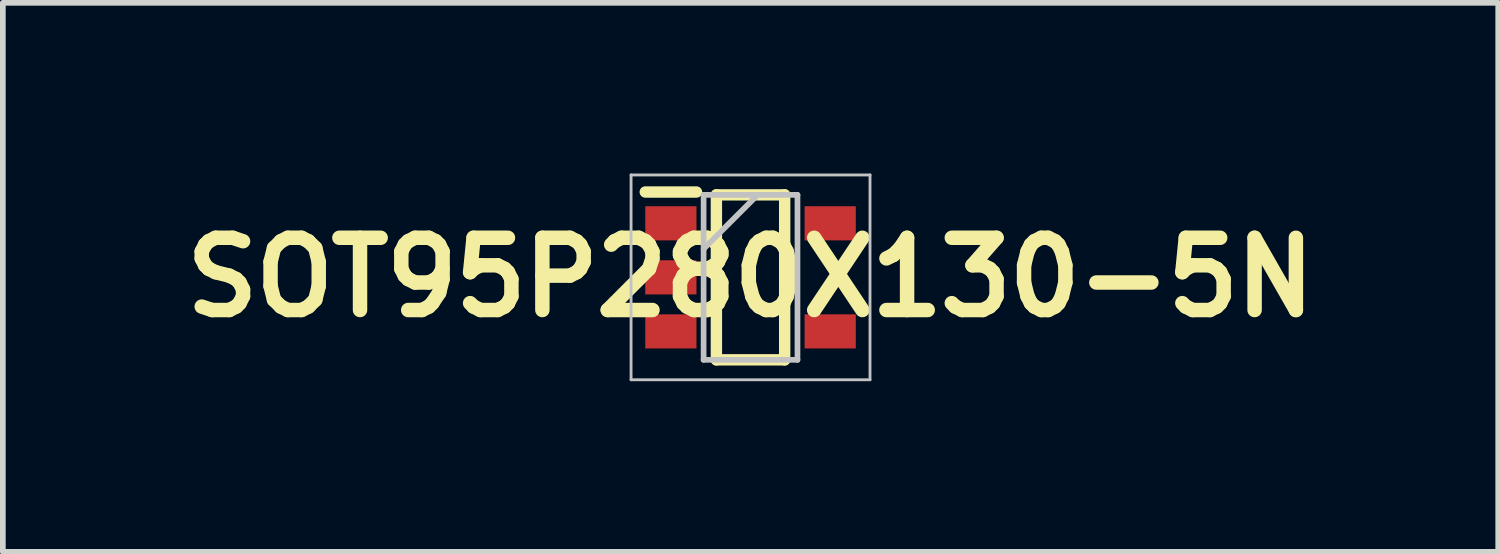
<source format=kicad_pcb>
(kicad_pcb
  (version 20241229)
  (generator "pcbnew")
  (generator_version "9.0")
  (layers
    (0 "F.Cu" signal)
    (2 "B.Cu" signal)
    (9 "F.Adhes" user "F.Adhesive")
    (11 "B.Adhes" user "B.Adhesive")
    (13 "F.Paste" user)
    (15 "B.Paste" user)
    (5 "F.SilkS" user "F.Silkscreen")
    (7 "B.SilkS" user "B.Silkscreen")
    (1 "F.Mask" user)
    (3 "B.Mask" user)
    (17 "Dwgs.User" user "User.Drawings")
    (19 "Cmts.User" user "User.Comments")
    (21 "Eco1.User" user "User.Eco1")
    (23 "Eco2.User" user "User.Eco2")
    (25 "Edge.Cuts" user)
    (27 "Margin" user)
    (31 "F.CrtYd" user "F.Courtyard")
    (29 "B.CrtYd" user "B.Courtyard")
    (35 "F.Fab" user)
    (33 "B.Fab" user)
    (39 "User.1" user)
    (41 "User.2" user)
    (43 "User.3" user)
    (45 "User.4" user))
  (footprint "SOT95P280X130-5N"
    (layer "F.Cu")
    (at 10.142 1.825)
    (property "Reference" "SOT95P280X130-5N" (at 0 0 0) (layer "F.SilkS") (effects (font (size 1.27 1.27) (thickness 0.254))))
    (attr smd)
    (fp_line (start -1.85 -1.5) (end -0.95 -1.5) (stroke (width 0.2) (type solid)) (layer "F.SilkS"))
    (fp_line (start -0.6 -1.45) (end 0.6 -1.45) (stroke (width 0.2) (type solid)) (layer "F.SilkS"))
    (fp_line (start -0.6 1.45) (end -0.6 -1.45) (stroke (width 0.2) (type solid)) (layer "F.SilkS"))
    (fp_line (start 0.6 -1.45) (end 0.6 1.45) (stroke (width 0.2) (type solid)) (layer "F.SilkS"))
    (fp_line (start 0.6 1.45) (end -0.6 1.45) (stroke (width 0.2) (type solid)) (layer "F.SilkS"))
    (fp_line (start -2.1 -1.8) (end 2.1 -1.8) (stroke (width 0.05) (type solid)) (layer "Dwgs.User"))
    (fp_line (start -2.1 1.8) (end -2.1 -1.8) (stroke (width 0.05) (type solid)) (layer "Dwgs.User"))
    (fp_line (start -0.825 -1.45) (end 0.825 -1.45) (stroke (width 0.1) (type solid)) (layer "Dwgs.User"))
    (fp_line (start -0.825 -0.5) (end 0.125 -1.45) (stroke (width 0.1) (type solid)) (layer "Dwgs.User"))
    (fp_line (start -0.825 1.45) (end -0.825 -1.45) (stroke (width 0.1) (type solid)) (layer "Dwgs.User"))
    (fp_line (start 0.825 -1.45) (end 0.825 1.45) (stroke (width 0.1) (type solid)) (layer "Dwgs.User"))
    (fp_line (start 0.825 1.45) (end -0.825 1.45) (stroke (width 0.1) (type solid)) (layer "Dwgs.User"))
    (fp_line (start 2.1 -1.8) (end 2.1 1.8) (stroke (width 0.05) (type solid)) (layer "Dwgs.User"))
    (fp_line (start 2.1 1.8) (end -2.1 1.8) (stroke (width 0.05) (type solid)) (layer "Dwgs.User"))
    (pad "1" smd rect (at -1.4 -0.95 90) (size 0.6 0.9) (layers "F.Cu" "F.Mask" "F.Paste"))
    (pad "2" smd rect (at -1.4 0 90) (size 0.6 0.9) (layers "F.Cu" "F.Mask" "F.Paste"))
    (pad "3" smd rect (at -1.4 0.95 90) (size 0.6 0.9) (layers "F.Cu" "F.Mask" "F.Paste"))
    (pad "4" smd rect (at 1.4 0.95 90) (size 0.6 0.9) (layers "F.Cu" "F.Mask" "F.Paste"))
    (pad "5" smd rect (at 1.4 -0.95 90) (size 0.6 0.9) (layers "F.Cu" "F.Mask" "F.Paste")))
  (gr_rect
    (start -3 -3)
    (end 23.284 6.65)
    (stroke (width 0.1) (type default))
    (fill no)
    (layer "Edge.Cuts")))
</source>
